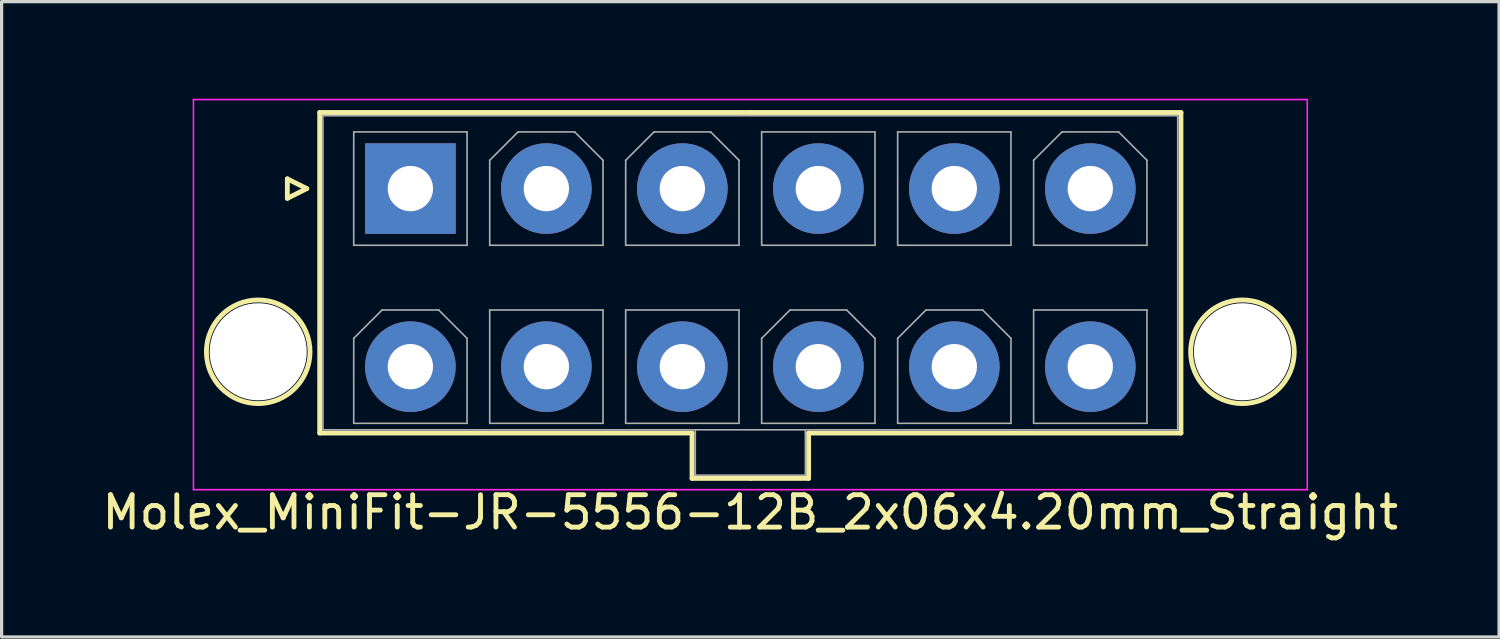
<source format=kicad_pcb>
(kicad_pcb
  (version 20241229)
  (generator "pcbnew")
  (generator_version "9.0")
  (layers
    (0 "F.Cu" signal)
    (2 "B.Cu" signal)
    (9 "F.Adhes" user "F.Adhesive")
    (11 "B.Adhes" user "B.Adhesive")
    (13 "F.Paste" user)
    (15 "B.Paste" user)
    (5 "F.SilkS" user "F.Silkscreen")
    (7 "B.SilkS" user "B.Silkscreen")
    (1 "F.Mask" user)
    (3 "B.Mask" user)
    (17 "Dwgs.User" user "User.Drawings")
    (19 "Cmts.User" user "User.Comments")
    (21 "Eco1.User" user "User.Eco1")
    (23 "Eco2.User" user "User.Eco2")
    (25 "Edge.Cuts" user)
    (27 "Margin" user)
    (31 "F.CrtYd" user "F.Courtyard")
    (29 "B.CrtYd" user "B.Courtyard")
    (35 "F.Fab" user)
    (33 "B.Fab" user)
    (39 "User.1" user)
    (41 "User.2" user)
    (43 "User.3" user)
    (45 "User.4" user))
  (footprint "Molex_MiniFit-JR-5556-12B_2x06x4.20mm_Straight"
    (layer "F.Cu")
    (at 9.625 2.775)
    (property "Reference" "Molex_MiniFit-JR-5556-12B_2x06x4.20mm_Straight" (at 10.5 10 0) (layer "F.SilkS") (effects (font (size 1 1) (thickness 0.15))))
    (attr through_hole)
    (fp_line (start -3.8 -0.3) (end -3.2 0) (stroke (width 0.15) (type solid)) (layer "F.SilkS"))
    (fp_line (start -3.8 0.3) (end -3.8 -0.3) (stroke (width 0.15) (type solid)) (layer "F.SilkS"))
    (fp_line (start -3.2 0) (end -3.8 0.3) (stroke (width 0.15) (type solid)) (layer "F.SilkS"))
    (fp_line (start -2.8 -2.35) (end -2.8 7.55) (stroke (width 0.15) (type solid)) (layer "F.SilkS"))
    (fp_line (start -2.8 7.55) (end 8.7 7.55) (stroke (width 0.15) (type solid)) (layer "F.SilkS"))
    (fp_line (start 8.7 7.55) (end 8.7 8.95) (stroke (width 0.15) (type solid)) (layer "F.SilkS"))
    (fp_line (start 8.7 8.95) (end 10.5 8.95) (stroke (width 0.15) (type solid)) (layer "F.SilkS"))
    (fp_line (start 10.5 -2.35) (end -2.8 -2.35) (stroke (width 0.15) (type solid)) (layer "F.SilkS"))
    (fp_line (start 10.5 -2.35) (end 23.8 -2.35) (stroke (width 0.15) (type solid)) (layer "F.SilkS"))
    (fp_line (start 12.3 7.55) (end 12.3 8.95) (stroke (width 0.15) (type solid)) (layer "F.SilkS"))
    (fp_line (start 12.3 8.95) (end 10.5 8.95) (stroke (width 0.15) (type solid)) (layer "F.SilkS"))
    (fp_line (start 23.8 -2.35) (end 23.8 7.55) (stroke (width 0.15) (type solid)) (layer "F.SilkS"))
    (fp_line (start 23.8 7.55) (end 12.3 7.55) (stroke (width 0.15) (type solid)) (layer "F.SilkS"))
    (fp_circle (center -4.7 5.04) (end -3.1 5.04) (stroke (width 0.15) (type solid)) (fill no) (layer "F.SilkS"))
    (fp_circle (center 25.7 5.04) (end 27.3 5.04) (stroke (width 0.15) (type solid)) (fill no) (layer "F.SilkS"))
    (fp_line (start -6.7 -2.75) (end -6.7 9.3) (stroke (width 0.05) (type solid)) (layer "F.CrtYd"))
    (fp_line (start -6.7 9.3) (end 27.7 9.3) (stroke (width 0.05) (type solid)) (layer "F.CrtYd"))
    (fp_line (start 27.7 -2.75) (end -6.7 -2.75) (stroke (width 0.05) (type solid)) (layer "F.CrtYd"))
    (fp_line (start 27.7 9.3) (end 27.7 -2.75) (stroke (width 0.05) (type solid)) (layer "F.CrtYd"))
    (fp_line (start -2.7 -2.25) (end -2.7 7.45) (stroke (width 0.05) (type solid)) (layer "F.Fab"))
    (fp_line (start -2.7 7.45) (end 23.7 7.45) (stroke (width 0.05) (type solid)) (layer "F.Fab"))
    (fp_line (start -1.75 -1.75) (end -1.75 1.75) (stroke (width 0.05) (type solid)) (layer "F.Fab"))
    (fp_line (start -1.75 1.75) (end 1.75 1.75) (stroke (width 0.05) (type solid)) (layer "F.Fab"))
    (fp_line (start -1.75 4.625) (end -0.875 3.75) (stroke (width 0.05) (type solid)) (layer "F.Fab"))
    (fp_line (start -1.75 7.25) (end -1.75 4.625) (stroke (width 0.05) (type solid)) (layer "F.Fab"))
    (fp_line (start -0.875 3.75) (end 0.875 3.75) (stroke (width 0.05) (type solid)) (layer "F.Fab"))
    (fp_line (start 0.875 3.75) (end 1.75 4.625) (stroke (width 0.05) (type solid)) (layer "F.Fab"))
    (fp_line (start 1.75 -1.75) (end -1.75 -1.75) (stroke (width 0.05) (type solid)) (layer "F.Fab"))
    (fp_line (start 1.75 1.75) (end 1.75 -1.75) (stroke (width 0.05) (type solid)) (layer "F.Fab"))
    (fp_line (start 1.75 4.625) (end 1.75 7.25) (stroke (width 0.05) (type solid)) (layer "F.Fab"))
    (fp_line (start 1.75 7.25) (end -1.75 7.25) (stroke (width 0.05) (type solid)) (layer "F.Fab"))
    (fp_line (start 2.45 -0.875) (end 3.325 -1.75) (stroke (width 0.05) (type solid)) (layer "F.Fab"))
    (fp_line (start 2.45 1.75) (end 2.45 -0.875) (stroke (width 0.05) (type solid)) (layer "F.Fab"))
    (fp_line (start 2.45 3.75) (end 2.45 7.25) (stroke (width 0.05) (type solid)) (layer "F.Fab"))
    (fp_line (start 2.45 7.25) (end 5.95 7.25) (stroke (width 0.05) (type solid)) (layer "F.Fab"))
    (fp_line (start 3.325 -1.75) (end 5.075 -1.75) (stroke (width 0.05) (type solid)) (layer "F.Fab"))
    (fp_line (start 5.075 -1.75) (end 5.95 -0.875) (stroke (width 0.05) (type solid)) (layer "F.Fab"))
    (fp_line (start 5.95 -0.875) (end 5.95 1.75) (stroke (width 0.05) (type solid)) (layer "F.Fab"))
    (fp_line (start 5.95 1.75) (end 2.45 1.75) (stroke (width 0.05) (type solid)) (layer "F.Fab"))
    (fp_line (start 5.95 3.75) (end 2.45 3.75) (stroke (width 0.05) (type solid)) (layer "F.Fab"))
    (fp_line (start 5.95 7.25) (end 5.95 3.75) (stroke (width 0.05) (type solid)) (layer "F.Fab"))
    (fp_line (start 6.65 -0.875) (end 7.525 -1.75) (stroke (width 0.05) (type solid)) (layer "F.Fab"))
    (fp_line (start 6.65 1.75) (end 6.65 -0.875) (stroke (width 0.05) (type solid)) (layer "F.Fab"))
    (fp_line (start 6.65 3.75) (end 6.65 7.25) (stroke (width 0.05) (type solid)) (layer "F.Fab"))
    (fp_line (start 6.65 7.25) (end 10.15 7.25) (stroke (width 0.05) (type solid)) (layer "F.Fab"))
    (fp_line (start 7.525 -1.75) (end 9.275 -1.75) (stroke (width 0.05) (type solid)) (layer "F.Fab"))
    (fp_line (start 8.8 7.45) (end 8.8 8.85) (stroke (width 0.05) (type solid)) (layer "F.Fab"))
    (fp_line (start 8.8 8.85) (end 12.2 8.85) (stroke (width 0.05) (type solid)) (layer "F.Fab"))
    (fp_line (start 9.275 -1.75) (end 10.15 -0.875) (stroke (width 0.05) (type solid)) (layer "F.Fab"))
    (fp_line (start 10.15 -0.875) (end 10.15 1.75) (stroke (width 0.05) (type solid)) (layer "F.Fab"))
    (fp_line (start 10.15 1.75) (end 6.65 1.75) (stroke (width 0.05) (type solid)) (layer "F.Fab"))
    (fp_line (start 10.15 3.75) (end 6.65 3.75) (stroke (width 0.05) (type solid)) (layer "F.Fab"))
    (fp_line (start 10.15 7.25) (end 10.15 3.75) (stroke (width 0.05) (type solid)) (layer "F.Fab"))
    (fp_line (start 10.85 -1.75) (end 10.85 1.75) (stroke (width 0.05) (type solid)) (layer "F.Fab"))
    (fp_line (start 10.85 1.75) (end 14.35 1.75) (stroke (width 0.05) (type solid)) (layer "F.Fab"))
    (fp_line (start 10.85 4.625) (end 11.725 3.75) (stroke (width 0.05) (type solid)) (layer "F.Fab"))
    (fp_line (start 10.85 7.25) (end 10.85 4.625) (stroke (width 0.05) (type solid)) (layer "F.Fab"))
    (fp_line (start 11.725 3.75) (end 13.475 3.75) (stroke (width 0.05) (type solid)) (layer "F.Fab"))
    (fp_line (start 12.2 8.85) (end 12.2 7.45) (stroke (width 0.05) (type solid)) (layer "F.Fab"))
    (fp_line (start 13.475 3.75) (end 14.35 4.625) (stroke (width 0.05) (type solid)) (layer "F.Fab"))
    (fp_line (start 14.35 -1.75) (end 10.85 -1.75) (stroke (width 0.05) (type solid)) (layer "F.Fab"))
    (fp_line (start 14.35 1.75) (end 14.35 -1.75) (stroke (width 0.05) (type solid)) (layer "F.Fab"))
    (fp_line (start 14.35 4.625) (end 14.35 7.25) (stroke (width 0.05) (type solid)) (layer "F.Fab"))
    (fp_line (start 14.35 7.25) (end 10.85 7.25) (stroke (width 0.05) (type solid)) (layer "F.Fab"))
    (fp_line (start 15.05 -1.75) (end 15.05 1.75) (stroke (width 0.05) (type solid)) (layer "F.Fab"))
    (fp_line (start 15.05 1.75) (end 18.55 1.75) (stroke (width 0.05) (type solid)) (layer "F.Fab"))
    (fp_line (start 15.05 4.625) (end 15.925 3.75) (stroke (width 0.05) (type solid)) (layer "F.Fab"))
    (fp_line (start 15.05 7.25) (end 15.05 4.625) (stroke (width 0.05) (type solid)) (layer "F.Fab"))
    (fp_line (start 15.925 3.75) (end 17.675 3.75) (stroke (width 0.05) (type solid)) (layer "F.Fab"))
    (fp_line (start 17.675 3.75) (end 18.55 4.625) (stroke (width 0.05) (type solid)) (layer "F.Fab"))
    (fp_line (start 18.55 -1.75) (end 15.05 -1.75) (stroke (width 0.05) (type solid)) (layer "F.Fab"))
    (fp_line (start 18.55 1.75) (end 18.55 -1.75) (stroke (width 0.05) (type solid)) (layer "F.Fab"))
    (fp_line (start 18.55 4.625) (end 18.55 7.25) (stroke (width 0.05) (type solid)) (layer "F.Fab"))
    (fp_line (start 18.55 7.25) (end 15.05 7.25) (stroke (width 0.05) (type solid)) (layer "F.Fab"))
    (fp_line (start 19.25 -0.875) (end 20.125 -1.75) (stroke (width 0.05) (type solid)) (layer "F.Fab"))
    (fp_line (start 19.25 1.75) (end 19.25 -0.875) (stroke (width 0.05) (type solid)) (layer "F.Fab"))
    (fp_line (start 19.25 3.75) (end 19.25 7.25) (stroke (width 0.05) (type solid)) (layer "F.Fab"))
    (fp_line (start 19.25 7.25) (end 22.75 7.25) (stroke (width 0.05) (type solid)) (layer "F.Fab"))
    (fp_line (start 20.125 -1.75) (end 21.875 -1.75) (stroke (width 0.05) (type solid)) (layer "F.Fab"))
    (fp_line (start 21.875 -1.75) (end 22.75 -0.875) (stroke (width 0.05) (type solid)) (layer "F.Fab"))
    (fp_line (start 22.75 -0.875) (end 22.75 1.75) (stroke (width 0.05) (type solid)) (layer "F.Fab"))
    (fp_line (start 22.75 1.75) (end 19.25 1.75) (stroke (width 0.05) (type solid)) (layer "F.Fab"))
    (fp_line (start 22.75 3.75) (end 19.25 3.75) (stroke (width 0.05) (type solid)) (layer "F.Fab"))
    (fp_line (start 22.75 7.25) (end 22.75 3.75) (stroke (width 0.05) (type solid)) (layer "F.Fab"))
    (fp_line (start 23.7 -2.25) (end -2.7 -2.25) (stroke (width 0.05) (type solid)) (layer "F.Fab"))
    (fp_line (start 23.7 7.45) (end 23.7 -2.25) (stroke (width 0.05) (type solid)) (layer "F.Fab"))
    (pad "" np_thru_hole circle (at -4.7 5.04) (size 3 3) (drill 3) (layers "*.Cu"))
    (pad "" np_thru_hole circle (at 25.7 5.04) (size 3 3) (drill 3) (layers "*.Cu"))
    (pad "1" thru_hole rect (at 0 0) (size 2.8 2.8) (drill 1.4) (layers "*.Cu" "*.Mask"))
    (pad "2" thru_hole circle (at 4.2 0) (size 2.8 2.8) (drill 1.4) (layers "*.Cu" "*.Mask"))
    (pad "3" thru_hole circle (at 8.4 0) (size 2.8 2.8) (drill 1.4) (layers "*.Cu" "*.Mask"))
    (pad "4" thru_hole circle (at 12.6 0) (size 2.8 2.8) (drill 1.4) (layers "*.Cu" "*.Mask"))
    (pad "5" thru_hole circle (at 16.8 0) (size 2.8 2.8) (drill 1.4) (layers "*.Cu" "*.Mask"))
    (pad "6" thru_hole circle (at 21 0) (size 2.8 2.8) (drill 1.4) (layers "*.Cu" "*.Mask"))
    (pad "7" thru_hole circle (at 0 5.5) (size 2.8 2.8) (drill 1.4) (layers "*.Cu" "*.Mask"))
    (pad "8" thru_hole circle (at 4.2 5.5) (size 2.8 2.8) (drill 1.4) (layers "*.Cu" "*.Mask"))
    (pad "9" thru_hole circle (at 8.4 5.5) (size 2.8 2.8) (drill 1.4) (layers "*.Cu" "*.Mask"))
    (pad "10" thru_hole circle (at 12.6 5.5) (size 2.8 2.8) (drill 1.4) (layers "*.Cu" "*.Mask"))
    (pad "11" thru_hole circle (at 16.8 5.5) (size 2.8 2.8) (drill 1.4) (layers "*.Cu" "*.Mask"))
    (pad "12" thru_hole circle (at 21 5.5) (size 2.8 2.8) (drill 1.4) (layers "*.Cu" "*.Mask")))
  (gr_rect
    (start -3 -3)
    (end 43.25 16.623)
    (stroke (width 0.1) (type default))
    (fill no)
    (layer "Edge.Cuts")))
</source>
